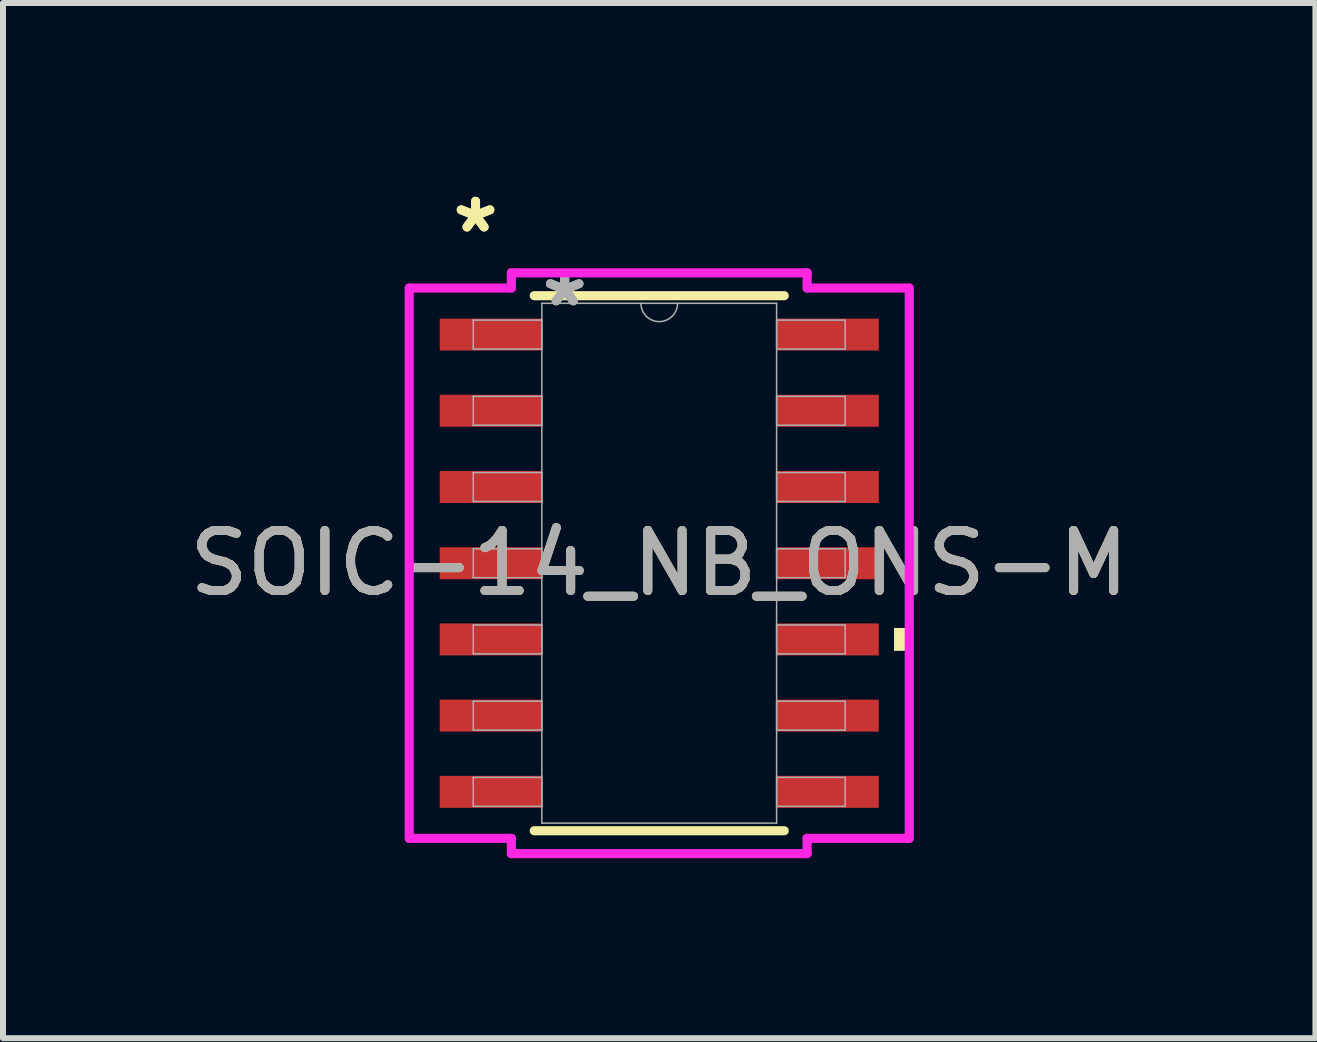
<source format=kicad_pcb>
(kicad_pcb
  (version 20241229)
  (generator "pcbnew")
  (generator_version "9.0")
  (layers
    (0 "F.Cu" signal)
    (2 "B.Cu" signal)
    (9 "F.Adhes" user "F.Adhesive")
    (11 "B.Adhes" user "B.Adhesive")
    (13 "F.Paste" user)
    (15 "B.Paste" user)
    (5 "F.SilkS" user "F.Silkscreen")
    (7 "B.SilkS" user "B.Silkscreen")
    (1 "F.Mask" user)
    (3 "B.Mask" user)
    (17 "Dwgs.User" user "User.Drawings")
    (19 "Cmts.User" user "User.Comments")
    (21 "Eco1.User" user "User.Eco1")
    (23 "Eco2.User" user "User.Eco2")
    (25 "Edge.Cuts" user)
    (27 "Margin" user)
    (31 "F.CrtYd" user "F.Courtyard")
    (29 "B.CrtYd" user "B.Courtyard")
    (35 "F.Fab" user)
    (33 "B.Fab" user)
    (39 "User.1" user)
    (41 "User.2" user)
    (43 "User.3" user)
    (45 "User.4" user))
  (footprint "SOIC-14_NB_ONS-M"
    (layer "F.Cu")
    (at 7.935 6.335)
    (property "Reference" "SOIC-14_NB_ONS-M" (at 0 0 0) (unlocked yes) (layer "F.SilkS") (effects (font (size 1 1) (thickness 0.15))))
    (attr smd)
    (fp_line (start -2.083 4.458) (end 2.083 4.458) (stroke (width 0.152) (type solid)) (layer "F.SilkS"))
    (fp_line (start 2.083 -4.458) (end -2.083 -4.458) (stroke (width 0.152) (type solid)) (layer "F.SilkS"))
    (fp_poly (pts (xy 4.166 1.079) (xy 4.166 1.46) (xy 3.912 1.46) (xy 3.912 1.079)) (stroke (width 0) (type solid)) (fill yes) (layer "F.SilkS"))
    (fp_line (start -4.166 -4.585) (end -2.464 -4.585) (stroke (width 0.152) (type solid)) (layer "F.CrtYd"))
    (fp_line (start -4.166 4.585) (end -4.166 -4.585) (stroke (width 0.152) (type solid)) (layer "F.CrtYd"))
    (fp_line (start -4.166 4.585) (end -2.464 4.585) (stroke (width 0.152) (type solid)) (layer "F.CrtYd"))
    (fp_line (start -2.464 -4.839) (end 2.464 -4.839) (stroke (width 0.152) (type solid)) (layer "F.CrtYd"))
    (fp_line (start -2.464 -4.585) (end -2.464 -4.839) (stroke (width 0.152) (type solid)) (layer "F.CrtYd"))
    (fp_line (start -2.464 4.839) (end -2.464 4.585) (stroke (width 0.152) (type solid)) (layer "F.CrtYd"))
    (fp_line (start 2.464 -4.839) (end 2.464 -4.585) (stroke (width 0.152) (type solid)) (layer "F.CrtYd"))
    (fp_line (start 2.464 4.585) (end 2.464 4.839) (stroke (width 0.152) (type solid)) (layer "F.CrtYd"))
    (fp_line (start 2.464 4.839) (end -2.464 4.839) (stroke (width 0.152) (type solid)) (layer "F.CrtYd"))
    (fp_line (start 4.166 -4.585) (end 2.464 -4.585) (stroke (width 0.152) (type solid)) (layer "F.CrtYd"))
    (fp_line (start 4.166 -4.585) (end 4.166 4.585) (stroke (width 0.152) (type solid)) (layer "F.CrtYd"))
    (fp_line (start 4.166 4.585) (end 2.464 4.585) (stroke (width 0.152) (type solid)) (layer "F.CrtYd"))
    (fp_line (start -3.099 -4.051) (end -3.099 -3.569) (stroke (width 0.025) (type solid)) (layer "F.Fab"))
    (fp_line (start -3.099 -3.569) (end -1.956 -3.569) (stroke (width 0.025) (type solid)) (layer "F.Fab"))
    (fp_line (start -3.099 -2.781) (end -3.099 -2.299) (stroke (width 0.025) (type solid)) (layer "F.Fab"))
    (fp_line (start -3.099 -2.299) (end -1.956 -2.299) (stroke (width 0.025) (type solid)) (layer "F.Fab"))
    (fp_line (start -3.099 -1.511) (end -3.099 -1.029) (stroke (width 0.025) (type solid)) (layer "F.Fab"))
    (fp_line (start -3.099 -1.029) (end -1.956 -1.029) (stroke (width 0.025) (type solid)) (layer "F.Fab"))
    (fp_line (start -3.099 -0.241) (end -3.099 0.241) (stroke (width 0.025) (type solid)) (layer "F.Fab"))
    (fp_line (start -3.099 0.241) (end -1.956 0.241) (stroke (width 0.025) (type solid)) (layer "F.Fab"))
    (fp_line (start -3.099 1.029) (end -3.099 1.511) (stroke (width 0.025) (type solid)) (layer "F.Fab"))
    (fp_line (start -3.099 1.511) (end -1.956 1.511) (stroke (width 0.025) (type solid)) (layer "F.Fab"))
    (fp_line (start -3.099 2.299) (end -3.099 2.781) (stroke (width 0.025) (type solid)) (layer "F.Fab"))
    (fp_line (start -3.099 2.781) (end -1.956 2.781) (stroke (width 0.025) (type solid)) (layer "F.Fab"))
    (fp_line (start -3.099 3.569) (end -3.099 4.051) (stroke (width 0.025) (type solid)) (layer "F.Fab"))
    (fp_line (start -3.099 4.051) (end -1.956 4.051) (stroke (width 0.025) (type solid)) (layer "F.Fab"))
    (fp_line (start -1.956 -4.331) (end -1.956 4.331) (stroke (width 0.025) (type solid)) (layer "F.Fab"))
    (fp_line (start -1.956 -4.051) (end -3.099 -4.051) (stroke (width 0.025) (type solid)) (layer "F.Fab"))
    (fp_line (start -1.956 -3.569) (end -1.956 -4.051) (stroke (width 0.025) (type solid)) (layer "F.Fab"))
    (fp_line (start -1.956 -2.781) (end -3.099 -2.781) (stroke (width 0.025) (type solid)) (layer "F.Fab"))
    (fp_line (start -1.956 -2.299) (end -1.956 -2.781) (stroke (width 0.025) (type solid)) (layer "F.Fab"))
    (fp_line (start -1.956 -1.511) (end -3.099 -1.511) (stroke (width 0.025) (type solid)) (layer "F.Fab"))
    (fp_line (start -1.956 -1.029) (end -1.956 -1.511) (stroke (width 0.025) (type solid)) (layer "F.Fab"))
    (fp_line (start -1.956 -0.241) (end -3.099 -0.241) (stroke (width 0.025) (type solid)) (layer "F.Fab"))
    (fp_line (start -1.956 0.241) (end -1.956 -0.241) (stroke (width 0.025) (type solid)) (layer "F.Fab"))
    (fp_line (start -1.956 1.029) (end -3.099 1.029) (stroke (width 0.025) (type solid)) (layer "F.Fab"))
    (fp_line (start -1.956 1.511) (end -1.956 1.029) (stroke (width 0.025) (type solid)) (layer "F.Fab"))
    (fp_line (start -1.956 2.299) (end -3.099 2.299) (stroke (width 0.025) (type solid)) (layer "F.Fab"))
    (fp_line (start -1.956 2.781) (end -1.956 2.299) (stroke (width 0.025) (type solid)) (layer "F.Fab"))
    (fp_line (start -1.956 3.569) (end -3.099 3.569) (stroke (width 0.025) (type solid)) (layer "F.Fab"))
    (fp_line (start -1.956 4.051) (end -1.956 3.569) (stroke (width 0.025) (type solid)) (layer "F.Fab"))
    (fp_line (start -1.956 4.331) (end 1.956 4.331) (stroke (width 0.025) (type solid)) (layer "F.Fab"))
    (fp_line (start 1.956 -4.331) (end -1.956 -4.331) (stroke (width 0.025) (type solid)) (layer "F.Fab"))
    (fp_line (start 1.956 -4.051) (end 1.956 -3.569) (stroke (width 0.025) (type solid)) (layer "F.Fab"))
    (fp_line (start 1.956 -3.569) (end 3.099 -3.569) (stroke (width 0.025) (type solid)) (layer "F.Fab"))
    (fp_line (start 1.956 -2.781) (end 1.956 -2.299) (stroke (width 0.025) (type solid)) (layer "F.Fab"))
    (fp_line (start 1.956 -2.299) (end 3.099 -2.299) (stroke (width 0.025) (type solid)) (layer "F.Fab"))
    (fp_line (start 1.956 -1.511) (end 1.956 -1.029) (stroke (width 0.025) (type solid)) (layer "F.Fab"))
    (fp_line (start 1.956 -1.029) (end 3.099 -1.029) (stroke (width 0.025) (type solid)) (layer "F.Fab"))
    (fp_line (start 1.956 -0.241) (end 1.956 0.241) (stroke (width 0.025) (type solid)) (layer "F.Fab"))
    (fp_line (start 1.956 0.241) (end 3.099 0.241) (stroke (width 0.025) (type solid)) (layer "F.Fab"))
    (fp_line (start 1.956 1.029) (end 1.956 1.511) (stroke (width 0.025) (type solid)) (layer "F.Fab"))
    (fp_line (start 1.956 1.511) (end 3.099 1.511) (stroke (width 0.025) (type solid)) (layer "F.Fab"))
    (fp_line (start 1.956 2.299) (end 1.956 2.781) (stroke (width 0.025) (type solid)) (layer "F.Fab"))
    (fp_line (start 1.956 2.781) (end 3.099 2.781) (stroke (width 0.025) (type solid)) (layer "F.Fab"))
    (fp_line (start 1.956 3.569) (end 1.956 4.051) (stroke (width 0.025) (type solid)) (layer "F.Fab"))
    (fp_line (start 1.956 4.051) (end 3.099 4.051) (stroke (width 0.025) (type solid)) (layer "F.Fab"))
    (fp_line (start 1.956 4.331) (end 1.956 -4.331) (stroke (width 0.025) (type solid)) (layer "F.Fab"))
    (fp_line (start 3.099 -4.051) (end 1.956 -4.051) (stroke (width 0.025) (type solid)) (layer "F.Fab"))
    (fp_line (start 3.099 -3.569) (end 3.099 -4.051) (stroke (width 0.025) (type solid)) (layer "F.Fab"))
    (fp_line (start 3.099 -2.781) (end 1.956 -2.781) (stroke (width 0.025) (type solid)) (layer "F.Fab"))
    (fp_line (start 3.099 -2.299) (end 3.099 -2.781) (stroke (width 0.025) (type solid)) (layer "F.Fab"))
    (fp_line (start 3.099 -1.511) (end 1.956 -1.511) (stroke (width 0.025) (type solid)) (layer "F.Fab"))
    (fp_line (start 3.099 -1.029) (end 3.099 -1.511) (stroke (width 0.025) (type solid)) (layer "F.Fab"))
    (fp_line (start 3.099 -0.241) (end 1.956 -0.241) (stroke (width 0.025) (type solid)) (layer "F.Fab"))
    (fp_line (start 3.099 0.241) (end 3.099 -0.241) (stroke (width 0.025) (type solid)) (layer "F.Fab"))
    (fp_line (start 3.099 1.029) (end 1.956 1.029) (stroke (width 0.025) (type solid)) (layer "F.Fab"))
    (fp_line (start 3.099 1.511) (end 3.099 1.029) (stroke (width 0.025) (type solid)) (layer "F.Fab"))
    (fp_line (start 3.099 2.299) (end 1.956 2.299) (stroke (width 0.025) (type solid)) (layer "F.Fab"))
    (fp_line (start 3.099 2.781) (end 3.099 2.299) (stroke (width 0.025) (type solid)) (layer "F.Fab"))
    (fp_line (start 3.099 3.569) (end 1.956 3.569) (stroke (width 0.025) (type solid)) (layer "F.Fab"))
    (fp_line (start 3.099 4.051) (end 3.099 3.569) (stroke (width 0.025) (type solid)) (layer "F.Fab"))
    (fp_arc (start 0.3048 -4.3307) (mid 0 -4.0259) (end -0.3048 -4.3307) (stroke (width 0.0254) (type solid)) (layer "F.Fab"))
    (fp_text user "*" (at -3.061 -5.486 0) (unlocked yes) (layer "F.SilkS") (effects (font (size 1 1) (thickness 0.15))))
    (fp_text user "*" (at -3.061 -5.486 0) (layer "F.SilkS") (effects (font (size 1 1) (thickness 0.15))))
    (fp_text user "*" (at -1.575 -4.255 0) (layer "F.Fab") (effects (font (size 1 1) (thickness 0.15))))
    (fp_text user "${REFERENCE}" (at 0 0 0) (unlocked yes) (layer "F.Fab") (effects (font (size 1 1) (thickness 0.15))))
    (fp_text user "*" (at -1.575 -4.255 0) (unlocked yes) (layer "F.Fab") (effects (font (size 1 1) (thickness 0.15))))
    (pad "1" smd rect (at -2.807 -3.81) (size 1.702 0.533) (layers "F.Cu" "F.Mask" "F.Paste"))
    (pad "2" smd rect (at -2.807 -2.54) (size 1.702 0.533) (layers "F.Cu" "F.Mask" "F.Paste"))
    (pad "3" smd rect (at -2.807 -1.27) (size 1.702 0.533) (layers "F.Cu" "F.Mask" "F.Paste"))
    (pad "4" smd rect (at -2.807 0) (size 1.702 0.533) (layers "F.Cu" "F.Mask" "F.Paste"))
    (pad "5" smd rect (at -2.807 1.27) (size 1.702 0.533) (layers "F.Cu" "F.Mask" "F.Paste"))
    (pad "6" smd rect (at -2.807 2.54) (size 1.702 0.533) (layers "F.Cu" "F.Mask" "F.Paste"))
    (pad "7" smd rect (at -2.807 3.81) (size 1.702 0.533) (layers "F.Cu" "F.Mask" "F.Paste"))
    (pad "8" smd rect (at 2.807 3.81) (size 1.702 0.533) (layers "F.Cu" "F.Mask" "F.Paste"))
    (pad "9" smd rect (at 2.807 2.54) (size 1.702 0.533) (layers "F.Cu" "F.Mask" "F.Paste"))
    (pad "10" smd rect (at 2.807 1.27) (size 1.702 0.533) (layers "F.Cu" "F.Mask" "F.Paste"))
    (pad "11" smd rect (at 2.807 0) (size 1.702 0.533) (layers "F.Cu" "F.Mask" "F.Paste"))
    (pad "12" smd rect (at 2.807 -1.27) (size 1.702 0.533) (layers "F.Cu" "F.Mask" "F.Paste"))
    (pad "13" smd rect (at 2.807 -2.54) (size 1.702 0.533) (layers "F.Cu" "F.Mask" "F.Paste"))
    (pad "14" smd rect (at 2.807 -3.81) (size 1.702 0.533) (layers "F.Cu" "F.Mask" "F.Paste")))
  (gr_rect
    (start -3 -3)
    (end 18.869 14.25)
    (stroke (width 0.1) (type default))
    (fill no)
    (layer "Edge.Cuts")))
</source>
